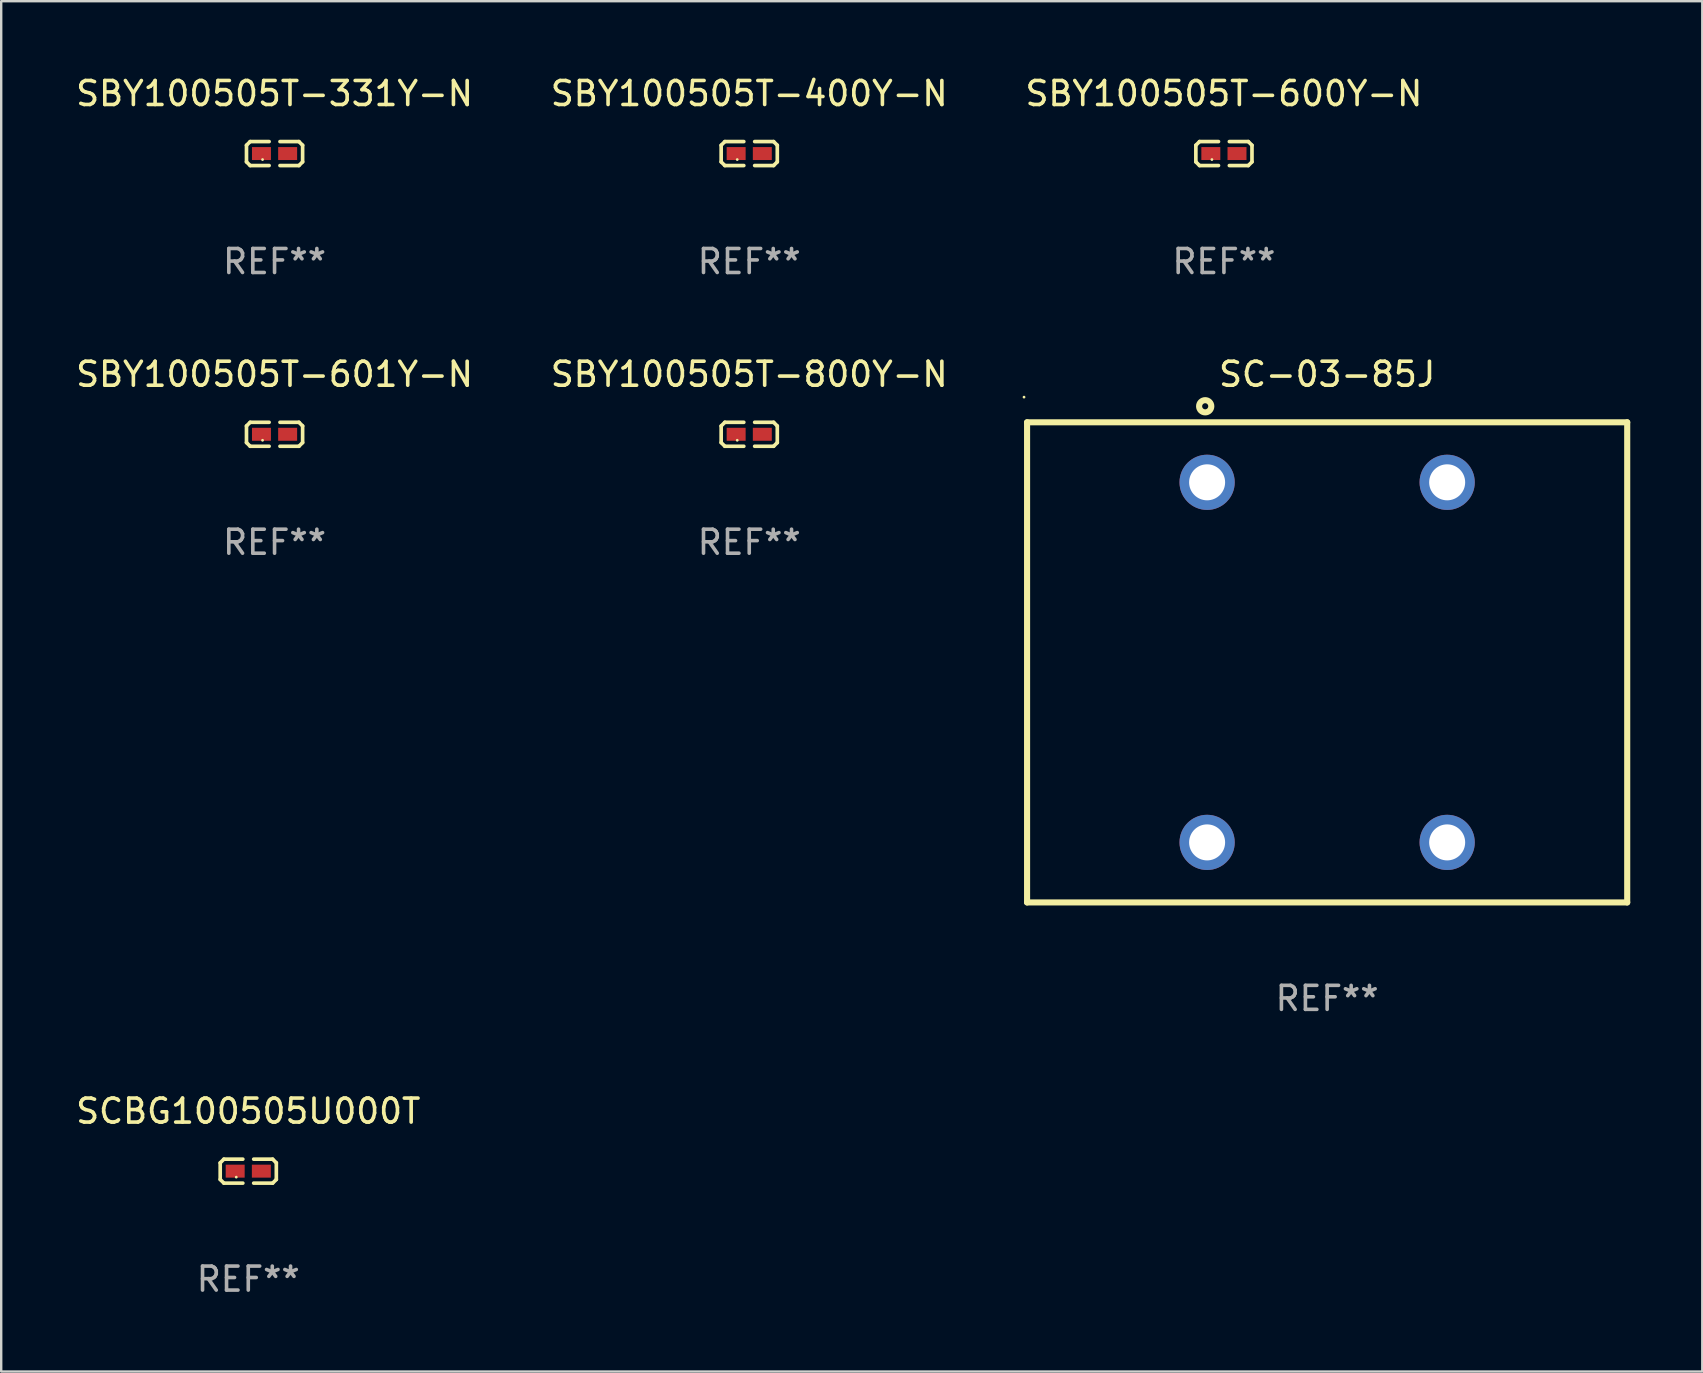
<source format=kicad_pcb>
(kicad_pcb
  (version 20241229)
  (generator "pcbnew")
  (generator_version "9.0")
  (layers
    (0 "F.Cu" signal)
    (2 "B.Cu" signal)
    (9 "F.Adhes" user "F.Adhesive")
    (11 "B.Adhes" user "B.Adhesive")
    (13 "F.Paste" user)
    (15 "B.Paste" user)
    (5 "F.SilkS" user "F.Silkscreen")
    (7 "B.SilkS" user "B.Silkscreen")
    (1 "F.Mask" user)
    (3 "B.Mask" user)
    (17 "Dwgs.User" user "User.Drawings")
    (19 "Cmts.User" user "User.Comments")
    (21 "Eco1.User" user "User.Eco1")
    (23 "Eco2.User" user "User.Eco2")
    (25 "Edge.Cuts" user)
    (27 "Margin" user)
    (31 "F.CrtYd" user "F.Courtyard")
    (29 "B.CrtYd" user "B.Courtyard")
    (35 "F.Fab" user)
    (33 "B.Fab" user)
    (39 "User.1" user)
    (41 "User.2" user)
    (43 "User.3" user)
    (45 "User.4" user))
  (footprint "SBY100505T-600Y-N"
    (layer "F.Cu")
    (at 47.935 3.347)
    (property "Reference" "SBY100505T-600Y-N" (at 0 -2.499 0) (layer "F.SilkS") (effects (font (size 1 1) (thickness 0.15))))
    (attr through_hole)
    (fp_line (start -1.169 -0.346) (end -1.016 -0.499) (stroke (width 0.152) (type solid)) (layer "F.SilkS"))
    (fp_line (start -1.169 0.346) (end -1.169 -0.346) (stroke (width 0.152) (type solid)) (layer "F.SilkS"))
    (fp_line (start -1.016 -0.499) (end -0.226 -0.499) (stroke (width 0.152) (type solid)) (layer "F.SilkS"))
    (fp_line (start -1.016 0.499) (end -1.169 0.346) (stroke (width 0.152) (type solid)) (layer "F.SilkS"))
    (fp_line (start -0.226 0.499) (end -1.016 0.499) (stroke (width 0.152) (type solid)) (layer "F.SilkS"))
    (fp_line (start 0.226 0.499) (end 1.016 0.499) (stroke (width 0.152) (type solid)) (layer "F.SilkS"))
    (fp_line (start 1.016 -0.499) (end 0.226 -0.499) (stroke (width 0.152) (type solid)) (layer "F.SilkS"))
    (fp_line (start 1.016 0.499) (end 1.169 0.346) (stroke (width 0.152) (type solid)) (layer "F.SilkS"))
    (fp_line (start 1.169 -0.346) (end 1.016 -0.499) (stroke (width 0.152) (type solid)) (layer "F.SilkS"))
    (fp_line (start 1.169 0.346) (end 1.169 -0.346) (stroke (width 0.152) (type solid)) (layer "F.SilkS"))
    (fp_circle (center -0.5 0.25) (end -0.47 0.25) (stroke (width 0.06) (type solid)) (fill no) (layer "F.SilkS"))
    (fp_text user "REF**" (at 0 4.499 0) (layer "F.Fab") (effects (font (size 1 1) (thickness 0.15))))
    (pad "1" smd rect (at -0.545 0) (size 0.79 0.54) (layers "F.Cu" "F.Mask" "F.Paste"))
    (pad "2" smd rect (at 0.545 0) (size 0.79 0.54) (layers "F.Cu" "F.Mask" "F.Paste")))
  (footprint "SBY100505T-331Y-N"
    (layer "F.Cu")
    (at 8.387 3.347)
    (property "Reference" "SBY100505T-331Y-N" (at 0 -2.499 0) (layer "F.SilkS") (effects (font (size 1 1) (thickness 0.15))))
    (attr through_hole)
    (fp_line (start -1.169 -0.346) (end -1.016 -0.499) (stroke (width 0.152) (type solid)) (layer "F.SilkS"))
    (fp_line (start -1.169 0.346) (end -1.169 -0.346) (stroke (width 0.152) (type solid)) (layer "F.SilkS"))
    (fp_line (start -1.016 -0.499) (end -0.226 -0.499) (stroke (width 0.152) (type solid)) (layer "F.SilkS"))
    (fp_line (start -1.016 0.499) (end -1.169 0.346) (stroke (width 0.152) (type solid)) (layer "F.SilkS"))
    (fp_line (start -0.226 0.499) (end -1.016 0.499) (stroke (width 0.152) (type solid)) (layer "F.SilkS"))
    (fp_line (start 0.226 0.499) (end 1.016 0.499) (stroke (width 0.152) (type solid)) (layer "F.SilkS"))
    (fp_line (start 1.016 -0.499) (end 0.226 -0.499) (stroke (width 0.152) (type solid)) (layer "F.SilkS"))
    (fp_line (start 1.016 0.499) (end 1.169 0.346) (stroke (width 0.152) (type solid)) (layer "F.SilkS"))
    (fp_line (start 1.169 -0.346) (end 1.016 -0.499) (stroke (width 0.152) (type solid)) (layer "F.SilkS"))
    (fp_line (start 1.169 0.346) (end 1.169 -0.346) (stroke (width 0.152) (type solid)) (layer "F.SilkS"))
    (fp_circle (center -0.5 0.25) (end -0.47 0.25) (stroke (width 0.06) (type solid)) (fill no) (layer "F.SilkS"))
    (fp_text user "REF**" (at 0 4.499 0) (layer "F.Fab") (effects (font (size 1 1) (thickness 0.15))))
    (pad "1" smd rect (at -0.545 0) (size 0.79 0.54) (layers "F.Cu" "F.Mask" "F.Paste"))
    (pad "2" smd rect (at 0.545 0) (size 0.79 0.54) (layers "F.Cu" "F.Mask" "F.Paste")))
  (footprint "SBY100505T-601Y-N"
    (layer "F.Cu")
    (at 8.387 15.041)
    (property "Reference" "SBY100505T-601Y-N" (at 0 -2.499 0) (layer "F.SilkS") (effects (font (size 1 1) (thickness 0.15))))
    (attr through_hole)
    (fp_line (start -1.169 -0.346) (end -1.016 -0.499) (stroke (width 0.152) (type solid)) (layer "F.SilkS"))
    (fp_line (start -1.169 0.346) (end -1.169 -0.346) (stroke (width 0.152) (type solid)) (layer "F.SilkS"))
    (fp_line (start -1.016 -0.499) (end -0.226 -0.499) (stroke (width 0.152) (type solid)) (layer "F.SilkS"))
    (fp_line (start -1.016 0.499) (end -1.169 0.346) (stroke (width 0.152) (type solid)) (layer "F.SilkS"))
    (fp_line (start -0.226 0.499) (end -1.016 0.499) (stroke (width 0.152) (type solid)) (layer "F.SilkS"))
    (fp_line (start 0.226 0.499) (end 1.016 0.499) (stroke (width 0.152) (type solid)) (layer "F.SilkS"))
    (fp_line (start 1.016 -0.499) (end 0.226 -0.499) (stroke (width 0.152) (type solid)) (layer "F.SilkS"))
    (fp_line (start 1.016 0.499) (end 1.169 0.346) (stroke (width 0.152) (type solid)) (layer "F.SilkS"))
    (fp_line (start 1.169 -0.346) (end 1.016 -0.499) (stroke (width 0.152) (type solid)) (layer "F.SilkS"))
    (fp_line (start 1.169 0.346) (end 1.169 -0.346) (stroke (width 0.152) (type solid)) (layer "F.SilkS"))
    (fp_circle (center -0.5 0.25) (end -0.47 0.25) (stroke (width 0.06) (type solid)) (fill no) (layer "F.SilkS"))
    (fp_text user "REF**" (at 0 4.499 0) (layer "F.Fab") (effects (font (size 1 1) (thickness 0.15))))
    (pad "1" smd rect (at -0.545 0) (size 0.79 0.54) (layers "F.Cu" "F.Mask" "F.Paste"))
    (pad "2" smd rect (at 0.545 0) (size 0.79 0.54) (layers "F.Cu" "F.Mask" "F.Paste")))
  (footprint "SCBG100505U000T"
    (layer "F.Cu")
    (at 7.292 45.737)
    (property "Reference" "SCBG100505U000T" (at 0 -2.499 0) (layer "F.SilkS") (effects (font (size 1 1) (thickness 0.15))))
    (attr through_hole)
    (fp_line (start -1.169 -0.346) (end -1.016 -0.499) (stroke (width 0.152) (type solid)) (layer "F.SilkS"))
    (fp_line (start -1.169 0.346) (end -1.169 -0.346) (stroke (width 0.152) (type solid)) (layer "F.SilkS"))
    (fp_line (start -1.016 -0.499) (end -0.226 -0.499) (stroke (width 0.152) (type solid)) (layer "F.SilkS"))
    (fp_line (start -1.016 0.499) (end -1.169 0.346) (stroke (width 0.152) (type solid)) (layer "F.SilkS"))
    (fp_line (start -0.226 0.499) (end -1.016 0.499) (stroke (width 0.152) (type solid)) (layer "F.SilkS"))
    (fp_line (start 0.226 0.499) (end 1.016 0.499) (stroke (width 0.152) (type solid)) (layer "F.SilkS"))
    (fp_line (start 1.016 -0.499) (end 0.226 -0.499) (stroke (width 0.152) (type solid)) (layer "F.SilkS"))
    (fp_line (start 1.016 0.499) (end 1.169 0.346) (stroke (width 0.152) (type solid)) (layer "F.SilkS"))
    (fp_line (start 1.169 -0.346) (end 1.016 -0.499) (stroke (width 0.152) (type solid)) (layer "F.SilkS"))
    (fp_line (start 1.169 0.346) (end 1.169 -0.346) (stroke (width 0.152) (type solid)) (layer "F.SilkS"))
    (fp_circle (center -0.5 0.25) (end -0.47 0.25) (stroke (width 0.06) (type solid)) (fill no) (layer "F.SilkS"))
    (fp_text user "REF**" (at 0 4.499 0) (layer "F.Fab") (effects (font (size 1 1) (thickness 0.15))))
    (pad "1" smd rect (at -0.545 0) (size 0.79 0.54) (layers "F.Cu" "F.Mask" "F.Paste"))
    (pad "2" smd rect (at 0.545 0) (size 0.79 0.54) (layers "F.Cu" "F.Mask" "F.Paste")))
  (footprint "SBY100505T-800Y-N"
    (layer "F.Cu")
    (at 28.161 15.041)
    (property "Reference" "SBY100505T-800Y-N" (at 0 -2.499 0) (layer "F.SilkS") (effects (font (size 1 1) (thickness 0.15))))
    (attr through_hole)
    (fp_line (start -1.169 -0.346) (end -1.016 -0.499) (stroke (width 0.152) (type solid)) (layer "F.SilkS"))
    (fp_line (start -1.169 0.346) (end -1.169 -0.346) (stroke (width 0.152) (type solid)) (layer "F.SilkS"))
    (fp_line (start -1.016 -0.499) (end -0.226 -0.499) (stroke (width 0.152) (type solid)) (layer "F.SilkS"))
    (fp_line (start -1.016 0.499) (end -1.169 0.346) (stroke (width 0.152) (type solid)) (layer "F.SilkS"))
    (fp_line (start -0.226 0.499) (end -1.016 0.499) (stroke (width 0.152) (type solid)) (layer "F.SilkS"))
    (fp_line (start 0.226 0.499) (end 1.016 0.499) (stroke (width 0.152) (type solid)) (layer "F.SilkS"))
    (fp_line (start 1.016 -0.499) (end 0.226 -0.499) (stroke (width 0.152) (type solid)) (layer "F.SilkS"))
    (fp_line (start 1.016 0.499) (end 1.169 0.346) (stroke (width 0.152) (type solid)) (layer "F.SilkS"))
    (fp_line (start 1.169 -0.346) (end 1.016 -0.499) (stroke (width 0.152) (type solid)) (layer "F.SilkS"))
    (fp_line (start 1.169 0.346) (end 1.169 -0.346) (stroke (width 0.152) (type solid)) (layer "F.SilkS"))
    (fp_circle (center -0.5 0.25) (end -0.47 0.25) (stroke (width 0.06) (type solid)) (fill no) (layer "F.SilkS"))
    (fp_text user "REF**" (at 0 4.499 0) (layer "F.Fab") (effects (font (size 1 1) (thickness 0.15))))
    (pad "1" smd rect (at -0.545 0) (size 0.79 0.54) (layers "F.Cu" "F.Mask" "F.Paste"))
    (pad "2" smd rect (at 0.545 0) (size 0.79 0.54) (layers "F.Cu" "F.Mask" "F.Paste")))
  (footprint "SC-03-85J"
    (layer "F.Cu")
    (at 52.235 24.542)
    (property "Reference" "SC-03-85J" (at 0 -12 0) (layer "F.SilkS") (effects (font (size 1 1) (thickness 0.15))))
    (attr through_hole)
    (fp_line (start -12.5 -10) (end 12.5 -10) (stroke (width 0.254) (type solid)) (layer "F.SilkS"))
    (fp_line (start -12.5 10) (end -12.5 -10) (stroke (width 0.254) (type solid)) (layer "F.SilkS"))
    (fp_line (start -12.5 10) (end 12.5 10) (stroke (width 0.254) (type solid)) (layer "F.SilkS"))
    (fp_line (start 12.5 10) (end 12.5 -10) (stroke (width 0.254) (type solid)) (layer "F.SilkS"))
    (fp_circle (center -12.627 -11.049) (end -12.597 -11.049) (stroke (width 0.06) (type solid)) (fill no) (layer "F.SilkS"))
    (fp_circle (center -5.08 -10.668) (end -4.826 -10.668) (stroke (width 0.254) (type solid)) (fill no) (layer "F.SilkS"))
    (fp_text user "REF**" (at 0 14 0) (layer "F.Fab") (effects (font (size 1 1) (thickness 0.15))))
    (pad "1" thru_hole circle (at -5 -7.5) (size 2.3 2.3) (drill 1.5) (layers "*.Cu" "*.Mask"))
    (pad "2" thru_hole circle (at -5 7.5) (size 2.3 2.3) (drill 1.5) (layers "*.Cu" "*.Mask"))
    (pad "3" thru_hole circle (at 5 7.5) (size 2.3 2.3) (drill 1.5) (layers "*.Cu" "*.Mask"))
    (pad "4" thru_hole circle (at 5 -7.5) (size 2.3 2.3) (drill 1.5) (layers "*.Cu" "*.Mask")))
  (footprint "SBY100505T-400Y-N"
    (layer "F.Cu")
    (at 28.161 3.347)
    (property "Reference" "SBY100505T-400Y-N" (at 0 -2.499 0) (layer "F.SilkS") (effects (font (size 1 1) (thickness 0.15))))
    (attr through_hole)
    (fp_line (start -1.169 -0.346) (end -1.016 -0.499) (stroke (width 0.152) (type solid)) (layer "F.SilkS"))
    (fp_line (start -1.169 0.346) (end -1.169 -0.346) (stroke (width 0.152) (type solid)) (layer "F.SilkS"))
    (fp_line (start -1.016 -0.499) (end -0.226 -0.499) (stroke (width 0.152) (type solid)) (layer "F.SilkS"))
    (fp_line (start -1.016 0.499) (end -1.169 0.346) (stroke (width 0.152) (type solid)) (layer "F.SilkS"))
    (fp_line (start -0.226 0.499) (end -1.016 0.499) (stroke (width 0.152) (type solid)) (layer "F.SilkS"))
    (fp_line (start 0.226 0.499) (end 1.016 0.499) (stroke (width 0.152) (type solid)) (layer "F.SilkS"))
    (fp_line (start 1.016 -0.499) (end 0.226 -0.499) (stroke (width 0.152) (type solid)) (layer "F.SilkS"))
    (fp_line (start 1.016 0.499) (end 1.169 0.346) (stroke (width 0.152) (type solid)) (layer "F.SilkS"))
    (fp_line (start 1.169 -0.346) (end 1.016 -0.499) (stroke (width 0.152) (type solid)) (layer "F.SilkS"))
    (fp_line (start 1.169 0.346) (end 1.169 -0.346) (stroke (width 0.152) (type solid)) (layer "F.SilkS"))
    (fp_circle (center -0.5 0.25) (end -0.47 0.25) (stroke (width 0.06) (type solid)) (fill no) (layer "F.SilkS"))
    (fp_text user "REF**" (at 0 4.499 0) (layer "F.Fab") (effects (font (size 1 1) (thickness 0.15))))
    (pad "1" smd rect (at -0.545 0) (size 0.79 0.54) (layers "F.Cu" "F.Mask" "F.Paste"))
    (pad "2" smd rect (at 0.545 0) (size 0.79 0.54) (layers "F.Cu" "F.Mask" "F.Paste")))
  (gr_rect
    (start -3 -3)
    (end 67.862 54.084)
    (stroke (width 0.1) (type default))
    (fill no)
    (layer "Edge.Cuts")))
</source>
